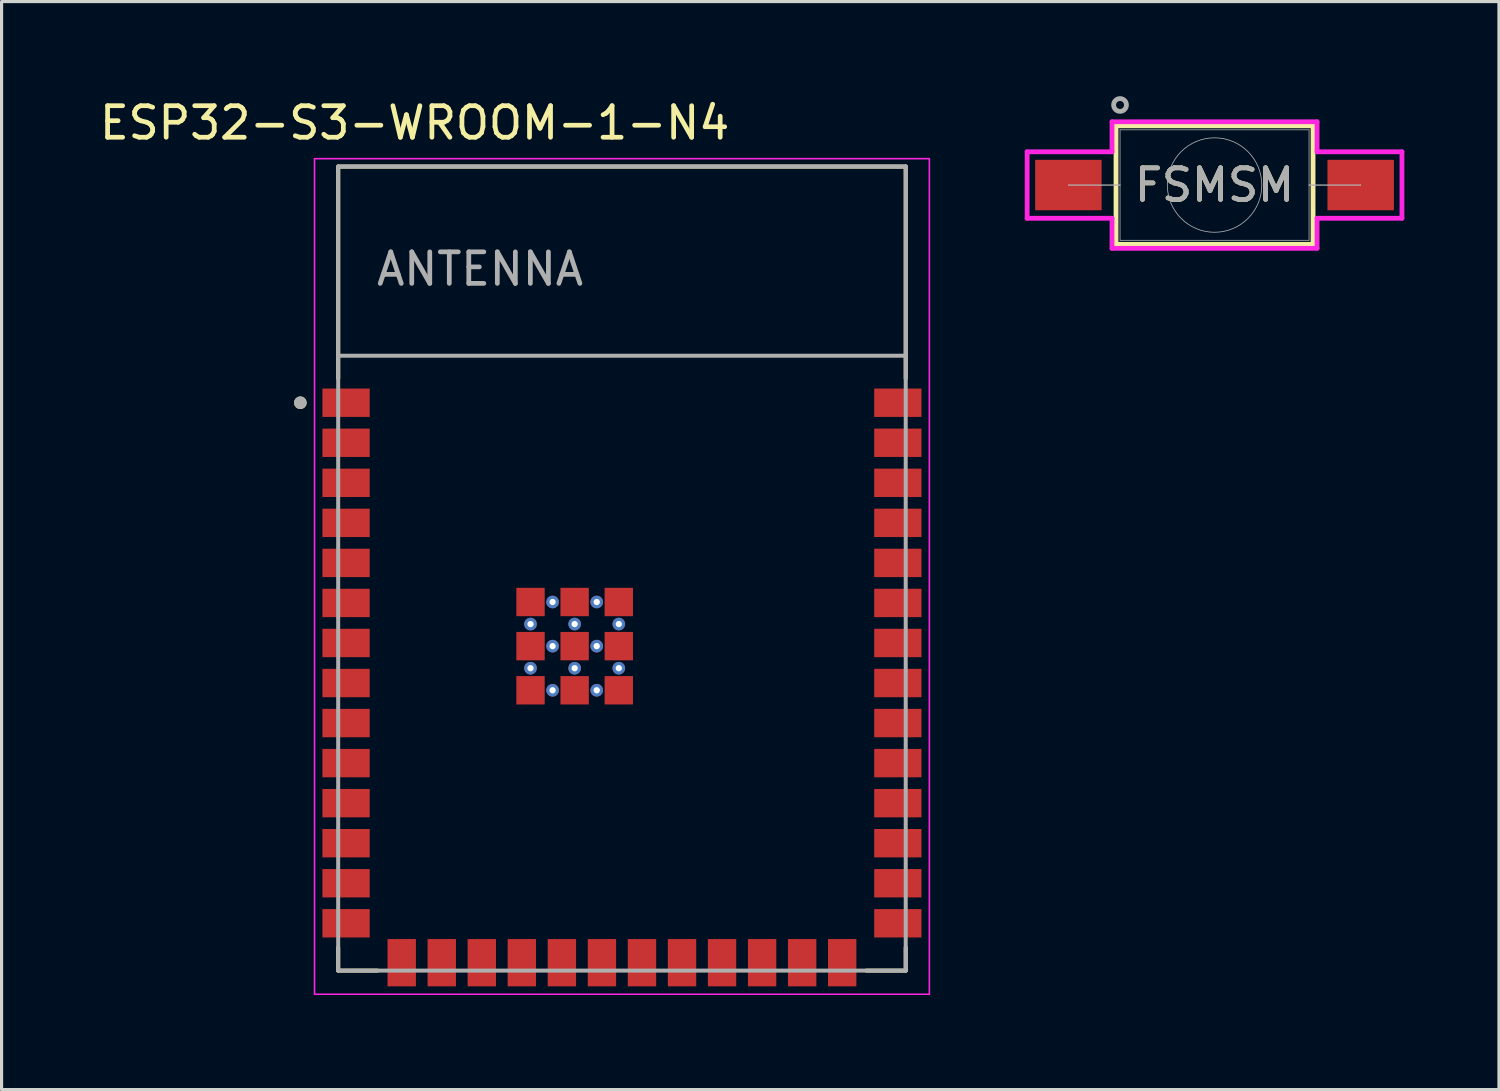
<source format=kicad_pcb>
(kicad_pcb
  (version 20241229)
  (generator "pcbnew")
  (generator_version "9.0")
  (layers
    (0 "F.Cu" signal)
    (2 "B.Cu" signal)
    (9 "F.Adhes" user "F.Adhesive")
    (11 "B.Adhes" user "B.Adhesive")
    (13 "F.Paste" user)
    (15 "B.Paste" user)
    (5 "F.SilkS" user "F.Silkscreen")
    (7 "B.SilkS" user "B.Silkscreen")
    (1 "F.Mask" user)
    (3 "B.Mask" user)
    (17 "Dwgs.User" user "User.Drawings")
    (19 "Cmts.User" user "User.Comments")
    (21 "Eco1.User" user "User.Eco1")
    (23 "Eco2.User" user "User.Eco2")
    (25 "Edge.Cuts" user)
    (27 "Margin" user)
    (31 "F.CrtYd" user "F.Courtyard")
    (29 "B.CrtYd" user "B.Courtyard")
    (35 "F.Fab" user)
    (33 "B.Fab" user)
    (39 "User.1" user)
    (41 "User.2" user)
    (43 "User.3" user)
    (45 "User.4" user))
  (footprint "FSMSM"
    (layer "F.Cu")
    (at 30.835 2.819)
    (property "Reference" "FSMSM" (at 4.636 0 0) (unlocked yes) (layer "F.SilkS") (effects (font (size 1 1) (thickness 0.15))))
    (attr smd)
    (fp_line (start 1.511 -1.88) (end 1.511 1.88) (stroke (width 0.152) (type solid)) (layer "F.SilkS"))
    (fp_line (start 1.511 1.88) (end 7.76 1.88) (stroke (width 0.152) (type solid)) (layer "F.SilkS"))
    (fp_line (start 7.76 -1.88) (end 1.511 -1.88) (stroke (width 0.152) (type solid)) (layer "F.SilkS"))
    (fp_line (start 7.76 1.88) (end 7.76 -1.88) (stroke (width 0.152) (type solid)) (layer "F.SilkS"))
    (fp_line (start -1.308 -1.054) (end 1.384 -1.054) (stroke (width 0.152) (type solid)) (layer "F.CrtYd"))
    (fp_line (start -1.308 1.054) (end -1.308 -1.054) (stroke (width 0.152) (type solid)) (layer "F.CrtYd"))
    (fp_line (start -1.308 1.054) (end 1.384 1.054) (stroke (width 0.152) (type solid)) (layer "F.CrtYd"))
    (fp_line (start 1.384 -2.007) (end 7.887 -2.007) (stroke (width 0.152) (type solid)) (layer "F.CrtYd"))
    (fp_line (start 1.384 -1.054) (end 1.384 -2.007) (stroke (width 0.152) (type solid)) (layer "F.CrtYd"))
    (fp_line (start 1.384 2.007) (end 1.384 1.054) (stroke (width 0.152) (type solid)) (layer "F.CrtYd"))
    (fp_line (start 7.887 -2.007) (end 7.887 -1.054) (stroke (width 0.152) (type solid)) (layer "F.CrtYd"))
    (fp_line (start 7.887 1.054) (end 7.887 2.007) (stroke (width 0.152) (type solid)) (layer "F.CrtYd"))
    (fp_line (start 7.887 2.007) (end 1.384 2.007) (stroke (width 0.152) (type solid)) (layer "F.CrtYd"))
    (fp_line (start 10.579 -1.054) (end 7.887 -1.054) (stroke (width 0.152) (type solid)) (layer "F.CrtYd"))
    (fp_line (start 10.579 -1.054) (end 10.579 1.054) (stroke (width 0.152) (type solid)) (layer "F.CrtYd"))
    (fp_line (start 10.579 1.054) (end 7.887 1.054) (stroke (width 0.152) (type solid)) (layer "F.CrtYd"))
    (fp_line (start 0 0) (end 0 0) (stroke (width 0.025) (type solid)) (layer "F.Fab"))
    (fp_line (start 0 0) (end 1.638 0) (stroke (width 0.025) (type solid)) (layer "F.Fab"))
    (fp_line (start 1.638 -1.753) (end 1.638 1.753) (stroke (width 0.025) (type solid)) (layer "F.Fab"))
    (fp_line (start 1.638 0) (end 0 0) (stroke (width 0.025) (type solid)) (layer "F.Fab"))
    (fp_line (start 1.638 0) (end 1.638 0) (stroke (width 0.025) (type solid)) (layer "F.Fab"))
    (fp_line (start 1.638 1.753) (end 7.633 1.753) (stroke (width 0.025) (type solid)) (layer "F.Fab"))
    (fp_line (start 7.633 -1.753) (end 1.638 -1.753) (stroke (width 0.025) (type solid)) (layer "F.Fab"))
    (fp_line (start 7.633 0) (end 7.633 0) (stroke (width 0.025) (type solid)) (layer "F.Fab"))
    (fp_line (start 7.633 0) (end 9.271 0) (stroke (width 0.025) (type solid)) (layer "F.Fab"))
    (fp_line (start 7.633 1.753) (end 7.633 -1.753) (stroke (width 0.025) (type solid)) (layer "F.Fab"))
    (fp_line (start 9.271 0) (end 7.633 0) (stroke (width 0.025) (type solid)) (layer "F.Fab"))
    (fp_line (start 9.271 0) (end 9.271 0) (stroke (width 0.025) (type solid)) (layer "F.Fab"))
    (fp_circle (center 1.638 -2.54) (end 1.841 -2.54) (stroke (width 0.152) (type solid)) (fill no) (layer "F.Fab"))
    (fp_circle (center 4.636 0) (end 6.134 0) (stroke (width 0.025) (type solid)) (fill no) (layer "F.Fab"))
    (fp_text user "${REFERENCE}" (at 4.636 0 0) (unlocked yes) (layer "F.Fab") (effects (font (size 1 1) (thickness 0.15))))
    (pad "1" smd rect (at 0 0) (size 2.108 1.6) (layers "F.Cu" "F.Mask" "F.Paste"))
    (pad "2" smd rect (at 9.271 0) (size 2.108 1.6) (layers "F.Cu" "F.Mask" "F.Paste")))
  (footprint "ESP32-S3-WROOM-1-N4"
    (layer "F.Cu")
    (at 16.676 14.983)
    (property "Reference" "ESP32-S3-WROOM-1-N4" (at -6.575 -14.135 0) (layer "F.SilkS") (effects (font (size 1 1) (thickness 0.15))))
    (attr smd)
    (fp_line (start -9 -12.75) (end 9 -12.75) (stroke (width 0.127) (type solid)) (layer "F.SilkS"))
    (fp_line (start -9 -6.03) (end -9 -12.75) (stroke (width 0.127) (type solid)) (layer "F.SilkS"))
    (fp_line (start -9 12.02) (end -9 12.75) (stroke (width 0.127) (type solid)) (layer "F.SilkS"))
    (fp_line (start -9 12.75) (end -7.755 12.75) (stroke (width 0.127) (type solid)) (layer "F.SilkS"))
    (fp_line (start 9 -12.75) (end 9 -6.03) (stroke (width 0.127) (type solid)) (layer "F.SilkS"))
    (fp_line (start 9 12.02) (end 9 12.75) (stroke (width 0.127) (type solid)) (layer "F.SilkS"))
    (fp_line (start 9 12.75) (end 7.755 12.75) (stroke (width 0.127) (type solid)) (layer "F.SilkS"))
    (fp_circle (center -10.2 -5.26) (end -10.1 -5.26) (stroke (width 0.2) (type solid)) (fill no) (layer "F.SilkS"))
    (fp_line (start -9.75 -13) (end 9.75 -13) (stroke (width 0.05) (type solid)) (layer "F.CrtYd"))
    (fp_line (start -9.75 13.5) (end -9.75 -13) (stroke (width 0.05) (type solid)) (layer "F.CrtYd"))
    (fp_line (start -9.75 13.5) (end 9.75 13.5) (stroke (width 0.05) (type solid)) (layer "F.CrtYd"))
    (fp_line (start 9.75 -13) (end 9.75 13.5) (stroke (width 0.05) (type solid)) (layer "F.CrtYd"))
    (fp_line (start -9 -12.75) (end 9 -12.75) (stroke (width 0.127) (type solid)) (layer "F.Fab"))
    (fp_line (start -9 -6.75) (end -9 -12.75) (stroke (width 0.127) (type solid)) (layer "F.Fab"))
    (fp_line (start -9 -6.75) (end 9 -6.75) (stroke (width 0.127) (type solid)) (layer "F.Fab"))
    (fp_line (start -9 12.75) (end -9 -6.75) (stroke (width 0.127) (type solid)) (layer "F.Fab"))
    (fp_line (start 9 -12.75) (end 9 -6.75) (stroke (width 0.127) (type solid)) (layer "F.Fab"))
    (fp_line (start 9 -6.75) (end 9 12.75) (stroke (width 0.127) (type solid)) (layer "F.Fab"))
    (fp_line (start 9 12.75) (end -9 12.75) (stroke (width 0.127) (type solid)) (layer "F.Fab"))
    (fp_circle (center -10.2 -5.26) (end -10.1 -5.26) (stroke (width 0.2) (type solid)) (fill no) (layer "F.Fab"))
    (fp_text user "ANTENNA" (at -4.5 -9.5 0) (layer "F.Fab") (effects (font (size 1 1) (thickness 0.15))))
    (pad "1" smd rect (at -8.75 -5.26) (size 1.5 0.9) (layers "F.Cu" "F.Mask" "F.Paste"))
    (pad "2" smd rect (at -8.75 -3.99) (size 1.5 0.9) (layers "F.Cu" "F.Mask" "F.Paste"))
    (pad "3" smd rect (at -8.75 -2.72) (size 1.5 0.9) (layers "F.Cu" "F.Mask" "F.Paste"))
    (pad "4" smd rect (at -8.75 -1.45) (size 1.5 0.9) (layers "F.Cu" "F.Mask" "F.Paste"))
    (pad "5" smd rect (at -8.75 -0.18) (size 1.5 0.9) (layers "F.Cu" "F.Mask" "F.Paste"))
    (pad "6" smd rect (at -8.75 1.09) (size 1.5 0.9) (layers "F.Cu" "F.Mask" "F.Paste"))
    (pad "7" smd rect (at -8.75 2.36) (size 1.5 0.9) (layers "F.Cu" "F.Mask" "F.Paste"))
    (pad "8" smd rect (at -8.75 3.63) (size 1.5 0.9) (layers "F.Cu" "F.Mask" "F.Paste"))
    (pad "9" smd rect (at -8.75 4.9) (size 1.5 0.9) (layers "F.Cu" "F.Mask" "F.Paste"))
    (pad "10" smd rect (at -8.75 6.17) (size 1.5 0.9) (layers "F.Cu" "F.Mask" "F.Paste"))
    (pad "11" smd rect (at -8.75 7.44) (size 1.5 0.9) (layers "F.Cu" "F.Mask" "F.Paste"))
    (pad "12" smd rect (at -8.75 8.71) (size 1.5 0.9) (layers "F.Cu" "F.Mask" "F.Paste"))
    (pad "13" smd rect (at -8.75 9.98) (size 1.5 0.9) (layers "F.Cu" "F.Mask" "F.Paste"))
    (pad "14" smd rect (at -8.75 11.25) (size 1.5 0.9) (layers "F.Cu" "F.Mask" "F.Paste"))
    (pad "15" smd rect (at -6.985 12.5) (size 0.9 1.5) (layers "F.Cu" "F.Mask" "F.Paste"))
    (pad "16" smd rect (at -5.715 12.5) (size 0.9 1.5) (layers "F.Cu" "F.Mask" "F.Paste"))
    (pad "17" smd rect (at -4.445 12.5) (size 0.9 1.5) (layers "F.Cu" "F.Mask" "F.Paste"))
    (pad "18" smd rect (at -3.175 12.5) (size 0.9 1.5) (layers "F.Cu" "F.Mask" "F.Paste"))
    (pad "19" smd rect (at -1.905 12.5) (size 0.9 1.5) (layers "F.Cu" "F.Mask" "F.Paste"))
    (pad "20" smd rect (at -0.635 12.5) (size 0.9 1.5) (layers "F.Cu" "F.Mask" "F.Paste"))
    (pad "21" smd rect (at 0.635 12.5) (size 0.9 1.5) (layers "F.Cu" "F.Mask" "F.Paste"))
    (pad "22" smd rect (at 1.905 12.5) (size 0.9 1.5) (layers "F.Cu" "F.Mask" "F.Paste"))
    (pad "23" smd rect (at 3.175 12.5) (size 0.9 1.5) (layers "F.Cu" "F.Mask" "F.Paste"))
    (pad "24" smd rect (at 4.445 12.5) (size 0.9 1.5) (layers "F.Cu" "F.Mask" "F.Paste"))
    (pad "25" smd rect (at 5.715 12.5) (size 0.9 1.5) (layers "F.Cu" "F.Mask" "F.Paste"))
    (pad "26" smd rect (at 6.985 12.5) (size 0.9 1.5) (layers "F.Cu" "F.Mask" "F.Paste"))
    (pad "27" smd rect (at 8.75 11.25) (size 1.5 0.9) (layers "F.Cu" "F.Mask" "F.Paste"))
    (pad "28" smd rect (at 8.75 9.98) (size 1.5 0.9) (layers "F.Cu" "F.Mask" "F.Paste"))
    (pad "29" smd rect (at 8.75 8.71) (size 1.5 0.9) (layers "F.Cu" "F.Mask" "F.Paste"))
    (pad "30" smd rect (at 8.75 7.44) (size 1.5 0.9) (layers "F.Cu" "F.Mask" "F.Paste"))
    (pad "31" smd rect (at 8.75 6.17) (size 1.5 0.9) (layers "F.Cu" "F.Mask" "F.Paste"))
    (pad "32" smd rect (at 8.75 4.9) (size 1.5 0.9) (layers "F.Cu" "F.Mask" "F.Paste"))
    (pad "33" smd rect (at 8.75 3.63) (size 1.5 0.9) (layers "F.Cu" "F.Mask" "F.Paste"))
    (pad "34" smd rect (at 8.75 2.36) (size 1.5 0.9) (layers "F.Cu" "F.Mask" "F.Paste"))
    (pad "35" smd rect (at 8.75 1.09) (size 1.5 0.9) (layers "F.Cu" "F.Mask" "F.Paste"))
    (pad "36" smd rect (at 8.75 -0.18) (size 1.5 0.9) (layers "F.Cu" "F.Mask" "F.Paste"))
    (pad "37" smd rect (at 8.75 -1.45) (size 1.5 0.9) (layers "F.Cu" "F.Mask" "F.Paste"))
    (pad "38" smd rect (at 8.75 -2.72) (size 1.5 0.9) (layers "F.Cu" "F.Mask" "F.Paste"))
    (pad "39" smd rect (at 8.75 -3.99) (size 1.5 0.9) (layers "F.Cu" "F.Mask" "F.Paste"))
    (pad "40" smd rect (at 8.75 -5.26) (size 1.5 0.9) (layers "F.Cu" "F.Mask" "F.Paste"))
    (pad "41_1" smd rect (at -1.5 2.46) (size 0.9 0.9) (layers "F.Cu" "F.Mask" "F.Paste"))
    (pad "41_2" smd rect (at -2.9 2.46) (size 0.9 0.9) (layers "F.Cu" "F.Mask" "F.Paste"))
    (pad "41_3" smd rect (at -0.1 2.46) (size 0.9 0.9) (layers "F.Cu" "F.Mask" "F.Paste"))
    (pad "41_4" smd rect (at -2.9 3.86) (size 0.9 0.9) (layers "F.Cu" "F.Mask" "F.Paste"))
    (pad "41_5" smd rect (at -1.5 3.86) (size 0.9 0.9) (layers "F.Cu" "F.Mask" "F.Paste"))
    (pad "41_6" smd rect (at -0.1 3.86) (size 0.9 0.9) (layers "F.Cu" "F.Mask" "F.Paste"))
    (pad "41_7" smd rect (at -2.9 1.06) (size 0.9 0.9) (layers "F.Cu" "F.Mask" "F.Paste"))
    (pad "41_8" smd rect (at -1.5 1.06) (size 0.9 0.9) (layers "F.Cu" "F.Mask" "F.Paste"))
    (pad "41_9" smd rect (at -0.1 1.06) (size 0.9 0.9) (layers "F.Cu" "F.Mask" "F.Paste"))
    (pad "41_10" thru_hole circle (at -1.5 1.76) (size 0.4 0.4) (drill 0.2) (layers "*.Cu"))
    (pad "41_11" thru_hole circle (at -2.9 1.76) (size 0.4 0.4) (drill 0.2) (layers "*.Cu"))
    (pad "41_12" thru_hole circle (at -0.1 1.76) (size 0.4 0.4) (drill 0.2) (layers "*.Cu"))
    (pad "41_13" thru_hole circle (at -2.9 3.16) (size 0.4 0.4) (drill 0.2) (layers "*.Cu"))
    (pad "41_14" thru_hole circle (at -1.5 3.16) (size 0.4 0.4) (drill 0.2) (layers "*.Cu"))
    (pad "41_15" thru_hole circle (at -0.1 3.16) (size 0.4 0.4) (drill 0.2) (layers "*.Cu"))
    (pad "41_16" thru_hole circle (at -2.2 1.06) (size 0.4 0.4) (drill 0.2) (layers "*.Cu"))
    (pad "41_17" thru_hole circle (at -0.8 1.06) (size 0.4 0.4) (drill 0.2) (layers "*.Cu"))
    (pad "41_18" thru_hole circle (at -2.2 2.46) (size 0.4 0.4) (drill 0.2) (layers "*.Cu"))
    (pad "41_19" thru_hole circle (at -0.8 2.46) (size 0.4 0.4) (drill 0.2) (layers "*.Cu"))
    (pad "41_20" thru_hole circle (at -2.2 3.86) (size 0.4 0.4) (drill 0.2) (layers "*.Cu"))
    (pad "41_21" thru_hole circle (at -0.8 3.86) (size 0.4 0.4) (drill 0.2) (layers "*.Cu"))
    (zone (net_name "") (layer "F.Cu") (hatch full 0.508) (connect_pads) (min_thickness 0.01) (filled_areas_thickness no) (keepout (tracks not_allowed) (vias not_allowed) (pads not_allowed) (copperpour not_allowed) (footprints allowed)) (placement (enabled no)) (fill) (polygon (pts (xy 7.676 2.233) (xy 25.676 2.233) (xy 25.676 8.233) (xy 7.676 8.233))))
    (zone (net_name "") (layers "F.Cu" "B.Cu") (hatch full 0.508) (connect_pads) (min_thickness 0.01) (filled_areas_thickness no) (keepout (tracks allowed) (vias not_allowed) (pads allowed) (copperpour allowed) (footprints allowed)) (placement (enabled no)) (fill) (polygon (pts (xy 7.676 2.233) (xy 25.676 2.233) (xy 25.676 8.233) (xy 7.676 8.233))))
    (zone (net_name "") (layer "B.Cu") (hatch full 0.508) (connect_pads) (min_thickness 0.01) (filled_areas_thickness no) (keepout (tracks not_allowed) (vias not_allowed) (pads not_allowed) (copperpour not_allowed) (footprints allowed)) (placement (enabled no)) (fill) (polygon (pts (xy 7.676 2.233) (xy 25.676 2.233) (xy 25.676 8.233) (xy 7.676 8.233)))))
  (gr_rect
    (start -3 -3)
    (end 44.491 31.508)
    (stroke (width 0.1) (type default))
    (fill no)
    (layer "Edge.Cuts")))
</source>
